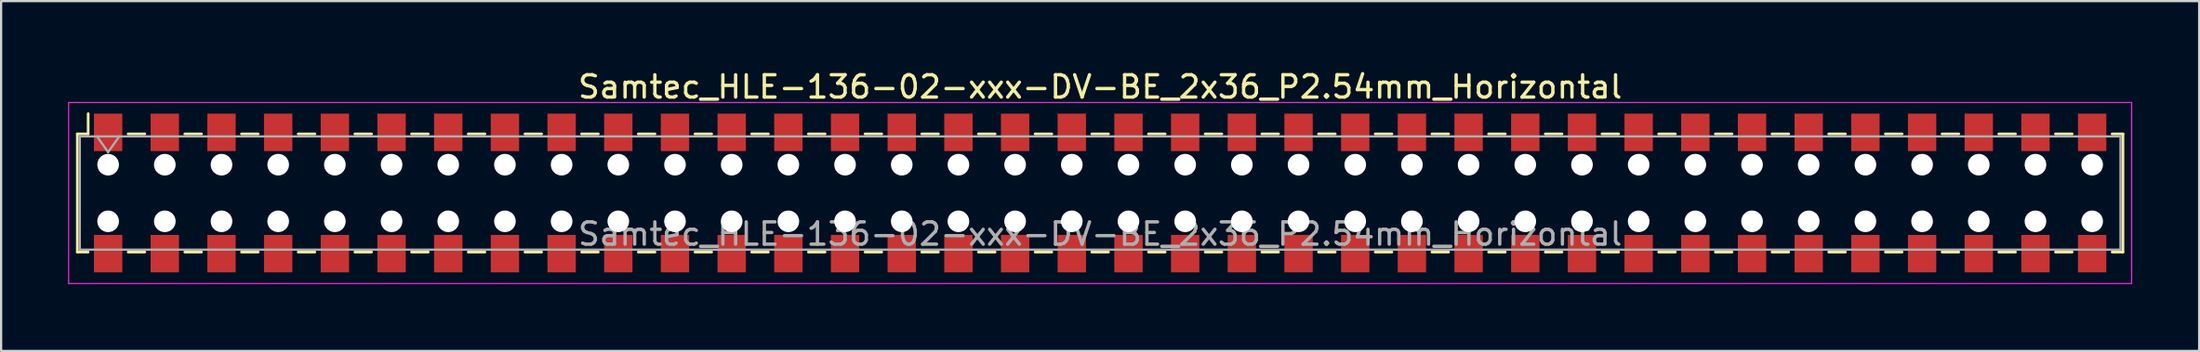
<source format=kicad_pcb>
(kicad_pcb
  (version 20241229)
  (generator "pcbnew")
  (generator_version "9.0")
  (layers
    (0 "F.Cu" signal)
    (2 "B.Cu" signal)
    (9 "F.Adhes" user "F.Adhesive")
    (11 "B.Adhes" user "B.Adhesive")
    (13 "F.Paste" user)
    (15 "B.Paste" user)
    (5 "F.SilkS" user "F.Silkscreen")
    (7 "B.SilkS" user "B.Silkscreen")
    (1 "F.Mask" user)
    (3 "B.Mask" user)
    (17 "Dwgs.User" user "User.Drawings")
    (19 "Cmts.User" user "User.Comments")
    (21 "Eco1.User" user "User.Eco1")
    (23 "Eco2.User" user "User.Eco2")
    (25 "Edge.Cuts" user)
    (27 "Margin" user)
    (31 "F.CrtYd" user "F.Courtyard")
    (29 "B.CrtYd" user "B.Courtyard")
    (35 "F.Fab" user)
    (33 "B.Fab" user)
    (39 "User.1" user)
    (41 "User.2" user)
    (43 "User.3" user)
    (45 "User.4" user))
  (footprint "Samtec_HLE-136-02-xxx-DV-BE_2x36_P2.54mm_Horizontal"
    (layer "F.Cu")
    (at 46.245 5.608)
    (property "Reference" "Samtec_HLE-136-02-xxx-DV-BE_2x36_P2.54mm_Horizontal" (at 0 -4.76 0) (layer "F.SilkS") (effects (font (size 1 1) (thickness 0.15))))
    (attr smd)
    (fp_line (start -45.83 -2.65) (end -45.83 2.65) (stroke (width 0.12) (type solid)) (layer "F.SilkS"))
    (fp_line (start -45.83 2.65) (end -45.345 2.65) (stroke (width 0.12) (type solid)) (layer "F.SilkS"))
    (fp_line (start -45.345 -3.56) (end -45.345 -2.65) (stroke (width 0.12) (type solid)) (layer "F.SilkS"))
    (fp_line (start -45.345 -2.65) (end -45.83 -2.65) (stroke (width 0.12) (type solid)) (layer "F.SilkS"))
    (fp_line (start -43.555 -2.65) (end -42.805 -2.65) (stroke (width 0.12) (type solid)) (layer "F.SilkS"))
    (fp_line (start -43.555 2.65) (end -42.805 2.65) (stroke (width 0.12) (type solid)) (layer "F.SilkS"))
    (fp_line (start -41.015 -2.65) (end -40.265 -2.65) (stroke (width 0.12) (type solid)) (layer "F.SilkS"))
    (fp_line (start -41.015 2.65) (end -40.265 2.65) (stroke (width 0.12) (type solid)) (layer "F.SilkS"))
    (fp_line (start -38.475 -2.65) (end -37.725 -2.65) (stroke (width 0.12) (type solid)) (layer "F.SilkS"))
    (fp_line (start -38.475 2.65) (end -37.725 2.65) (stroke (width 0.12) (type solid)) (layer "F.SilkS"))
    (fp_line (start -35.935 -2.65) (end -35.185 -2.65) (stroke (width 0.12) (type solid)) (layer "F.SilkS"))
    (fp_line (start -35.935 2.65) (end -35.185 2.65) (stroke (width 0.12) (type solid)) (layer "F.SilkS"))
    (fp_line (start -33.395 -2.65) (end -32.645 -2.65) (stroke (width 0.12) (type solid)) (layer "F.SilkS"))
    (fp_line (start -33.395 2.65) (end -32.645 2.65) (stroke (width 0.12) (type solid)) (layer "F.SilkS"))
    (fp_line (start -30.855 -2.65) (end -30.105 -2.65) (stroke (width 0.12) (type solid)) (layer "F.SilkS"))
    (fp_line (start -30.855 2.65) (end -30.105 2.65) (stroke (width 0.12) (type solid)) (layer "F.SilkS"))
    (fp_line (start -28.315 -2.65) (end -27.565 -2.65) (stroke (width 0.12) (type solid)) (layer "F.SilkS"))
    (fp_line (start -28.315 2.65) (end -27.565 2.65) (stroke (width 0.12) (type solid)) (layer "F.SilkS"))
    (fp_line (start -25.775 -2.65) (end -25.025 -2.65) (stroke (width 0.12) (type solid)) (layer "F.SilkS"))
    (fp_line (start -25.775 2.65) (end -25.025 2.65) (stroke (width 0.12) (type solid)) (layer "F.SilkS"))
    (fp_line (start -23.235 -2.65) (end -22.485 -2.65) (stroke (width 0.12) (type solid)) (layer "F.SilkS"))
    (fp_line (start -23.235 2.65) (end -22.485 2.65) (stroke (width 0.12) (type solid)) (layer "F.SilkS"))
    (fp_line (start -20.695 -2.65) (end -19.945 -2.65) (stroke (width 0.12) (type solid)) (layer "F.SilkS"))
    (fp_line (start -20.695 2.65) (end -19.945 2.65) (stroke (width 0.12) (type solid)) (layer "F.SilkS"))
    (fp_line (start -18.155 -2.65) (end -17.405 -2.65) (stroke (width 0.12) (type solid)) (layer "F.SilkS"))
    (fp_line (start -18.155 2.65) (end -17.405 2.65) (stroke (width 0.12) (type solid)) (layer "F.SilkS"))
    (fp_line (start -15.615 -2.65) (end -14.865 -2.65) (stroke (width 0.12) (type solid)) (layer "F.SilkS"))
    (fp_line (start -15.615 2.65) (end -14.865 2.65) (stroke (width 0.12) (type solid)) (layer "F.SilkS"))
    (fp_line (start -13.075 -2.65) (end -12.325 -2.65) (stroke (width 0.12) (type solid)) (layer "F.SilkS"))
    (fp_line (start -13.075 2.65) (end -12.325 2.65) (stroke (width 0.12) (type solid)) (layer "F.SilkS"))
    (fp_line (start -10.535 -2.65) (end -9.785 -2.65) (stroke (width 0.12) (type solid)) (layer "F.SilkS"))
    (fp_line (start -10.535 2.65) (end -9.785 2.65) (stroke (width 0.12) (type solid)) (layer "F.SilkS"))
    (fp_line (start -7.995 -2.65) (end -7.245 -2.65) (stroke (width 0.12) (type solid)) (layer "F.SilkS"))
    (fp_line (start -7.995 2.65) (end -7.245 2.65) (stroke (width 0.12) (type solid)) (layer "F.SilkS"))
    (fp_line (start -5.455 -2.65) (end -4.705 -2.65) (stroke (width 0.12) (type solid)) (layer "F.SilkS"))
    (fp_line (start -5.455 2.65) (end -4.705 2.65) (stroke (width 0.12) (type solid)) (layer "F.SilkS"))
    (fp_line (start -2.915 -2.65) (end -2.165 -2.65) (stroke (width 0.12) (type solid)) (layer "F.SilkS"))
    (fp_line (start -2.915 2.65) (end -2.165 2.65) (stroke (width 0.12) (type solid)) (layer "F.SilkS"))
    (fp_line (start -0.375 -2.65) (end 0.375 -2.65) (stroke (width 0.12) (type solid)) (layer "F.SilkS"))
    (fp_line (start -0.375 2.65) (end 0.375 2.65) (stroke (width 0.12) (type solid)) (layer "F.SilkS"))
    (fp_line (start 2.165 -2.65) (end 2.915 -2.65) (stroke (width 0.12) (type solid)) (layer "F.SilkS"))
    (fp_line (start 2.165 2.65) (end 2.915 2.65) (stroke (width 0.12) (type solid)) (layer "F.SilkS"))
    (fp_line (start 4.705 -2.65) (end 5.455 -2.65) (stroke (width 0.12) (type solid)) (layer "F.SilkS"))
    (fp_line (start 4.705 2.65) (end 5.455 2.65) (stroke (width 0.12) (type solid)) (layer "F.SilkS"))
    (fp_line (start 7.245 -2.65) (end 7.995 -2.65) (stroke (width 0.12) (type solid)) (layer "F.SilkS"))
    (fp_line (start 7.245 2.65) (end 7.995 2.65) (stroke (width 0.12) (type solid)) (layer "F.SilkS"))
    (fp_line (start 9.785 -2.65) (end 10.535 -2.65) (stroke (width 0.12) (type solid)) (layer "F.SilkS"))
    (fp_line (start 9.785 2.65) (end 10.535 2.65) (stroke (width 0.12) (type solid)) (layer "F.SilkS"))
    (fp_line (start 12.325 -2.65) (end 13.075 -2.65) (stroke (width 0.12) (type solid)) (layer "F.SilkS"))
    (fp_line (start 12.325 2.65) (end 13.075 2.65) (stroke (width 0.12) (type solid)) (layer "F.SilkS"))
    (fp_line (start 14.865 -2.65) (end 15.615 -2.65) (stroke (width 0.12) (type solid)) (layer "F.SilkS"))
    (fp_line (start 14.865 2.65) (end 15.615 2.65) (stroke (width 0.12) (type solid)) (layer "F.SilkS"))
    (fp_line (start 17.405 -2.65) (end 18.155 -2.65) (stroke (width 0.12) (type solid)) (layer "F.SilkS"))
    (fp_line (start 17.405 2.65) (end 18.155 2.65) (stroke (width 0.12) (type solid)) (layer "F.SilkS"))
    (fp_line (start 19.945 -2.65) (end 20.695 -2.65) (stroke (width 0.12) (type solid)) (layer "F.SilkS"))
    (fp_line (start 19.945 2.65) (end 20.695 2.65) (stroke (width 0.12) (type solid)) (layer "F.SilkS"))
    (fp_line (start 22.485 -2.65) (end 23.235 -2.65) (stroke (width 0.12) (type solid)) (layer "F.SilkS"))
    (fp_line (start 22.485 2.65) (end 23.235 2.65) (stroke (width 0.12) (type solid)) (layer "F.SilkS"))
    (fp_line (start 25.025 -2.65) (end 25.775 -2.65) (stroke (width 0.12) (type solid)) (layer "F.SilkS"))
    (fp_line (start 25.025 2.65) (end 25.775 2.65) (stroke (width 0.12) (type solid)) (layer "F.SilkS"))
    (fp_line (start 27.565 -2.65) (end 28.315 -2.65) (stroke (width 0.12) (type solid)) (layer "F.SilkS"))
    (fp_line (start 27.565 2.65) (end 28.315 2.65) (stroke (width 0.12) (type solid)) (layer "F.SilkS"))
    (fp_line (start 30.105 -2.65) (end 30.855 -2.65) (stroke (width 0.12) (type solid)) (layer "F.SilkS"))
    (fp_line (start 30.105 2.65) (end 30.855 2.65) (stroke (width 0.12) (type solid)) (layer "F.SilkS"))
    (fp_line (start 32.645 -2.65) (end 33.395 -2.65) (stroke (width 0.12) (type solid)) (layer "F.SilkS"))
    (fp_line (start 32.645 2.65) (end 33.395 2.65) (stroke (width 0.12) (type solid)) (layer "F.SilkS"))
    (fp_line (start 35.185 -2.65) (end 35.935 -2.65) (stroke (width 0.12) (type solid)) (layer "F.SilkS"))
    (fp_line (start 35.185 2.65) (end 35.935 2.65) (stroke (width 0.12) (type solid)) (layer "F.SilkS"))
    (fp_line (start 37.725 -2.65) (end 38.475 -2.65) (stroke (width 0.12) (type solid)) (layer "F.SilkS"))
    (fp_line (start 37.725 2.65) (end 38.475 2.65) (stroke (width 0.12) (type solid)) (layer "F.SilkS"))
    (fp_line (start 40.265 -2.65) (end 41.015 -2.65) (stroke (width 0.12) (type solid)) (layer "F.SilkS"))
    (fp_line (start 40.265 2.65) (end 41.015 2.65) (stroke (width 0.12) (type solid)) (layer "F.SilkS"))
    (fp_line (start 42.805 -2.65) (end 43.555 -2.65) (stroke (width 0.12) (type solid)) (layer "F.SilkS"))
    (fp_line (start 42.805 2.65) (end 43.555 2.65) (stroke (width 0.12) (type solid)) (layer "F.SilkS"))
    (fp_line (start 45.345 -2.65) (end 45.83 -2.65) (stroke (width 0.12) (type solid)) (layer "F.SilkS"))
    (fp_line (start 45.83 -2.65) (end 45.83 2.65) (stroke (width 0.12) (type solid)) (layer "F.SilkS"))
    (fp_line (start 45.83 2.65) (end 45.345 2.65) (stroke (width 0.12) (type solid)) (layer "F.SilkS"))
    (fp_line (start -46.22 -4.06) (end 46.22 -4.06) (stroke (width 0.05) (type solid)) (layer "F.CrtYd"))
    (fp_line (start -46.22 4.06) (end -46.22 -4.06) (stroke (width 0.05) (type solid)) (layer "F.CrtYd"))
    (fp_line (start 46.22 -4.06) (end 46.22 4.06) (stroke (width 0.05) (type solid)) (layer "F.CrtYd"))
    (fp_line (start 46.22 4.06) (end -46.22 4.06) (stroke (width 0.05) (type solid)) (layer "F.CrtYd"))
    (fp_line (start -45.72 -2.54) (end 45.72 -2.54) (stroke (width 0.1) (type solid)) (layer "F.Fab"))
    (fp_line (start -45.72 2.54) (end -45.72 -2.54) (stroke (width 0.1) (type solid)) (layer "F.Fab"))
    (fp_line (start -44.95 -2.54) (end -44.45 -1.833) (stroke (width 0.1) (type solid)) (layer "F.Fab"))
    (fp_line (start -44.45 -1.833) (end -43.95 -2.54) (stroke (width 0.1) (type solid)) (layer "F.Fab"))
    (fp_line (start 45.72 -2.54) (end 45.72 2.54) (stroke (width 0.1) (type solid)) (layer "F.Fab"))
    (fp_line (start 45.72 2.54) (end -45.72 2.54) (stroke (width 0.1) (type solid)) (layer "F.Fab"))
    (fp_text user "${REFERENCE}" (at 0 1.84 0) (layer "F.Fab") (effects (font (size 1 1) (thickness 0.15))))
    (pad "" np_thru_hole circle (at -44.45 -1.27) (size 0.97 0.97) (drill 0.97) (layers "*.Cu" "*.Mask"))
    (pad "" np_thru_hole circle (at -44.45 1.27) (size 0.97 0.97) (drill 0.97) (layers "*.Cu" "*.Mask"))
    (pad "" np_thru_hole circle (at -41.91 -1.27) (size 0.97 0.97) (drill 0.97) (layers "*.Cu" "*.Mask"))
    (pad "" np_thru_hole circle (at -41.91 1.27) (size 0.97 0.97) (drill 0.97) (layers "*.Cu" "*.Mask"))
    (pad "" np_thru_hole circle (at -39.37 -1.27) (size 0.97 0.97) (drill 0.97) (layers "*.Cu" "*.Mask"))
    (pad "" np_thru_hole circle (at -39.37 1.27) (size 0.97 0.97) (drill 0.97) (layers "*.Cu" "*.Mask"))
    (pad "" np_thru_hole circle (at -36.83 -1.27) (size 0.97 0.97) (drill 0.97) (layers "*.Cu" "*.Mask"))
    (pad "" np_thru_hole circle (at -36.83 1.27) (size 0.97 0.97) (drill 0.97) (layers "*.Cu" "*.Mask"))
    (pad "" np_thru_hole circle (at -34.29 -1.27) (size 0.97 0.97) (drill 0.97) (layers "*.Cu" "*.Mask"))
    (pad "" np_thru_hole circle (at -34.29 1.27) (size 0.97 0.97) (drill 0.97) (layers "*.Cu" "*.Mask"))
    (pad "" np_thru_hole circle (at -31.75 -1.27) (size 0.97 0.97) (drill 0.97) (layers "*.Cu" "*.Mask"))
    (pad "" np_thru_hole circle (at -31.75 1.27) (size 0.97 0.97) (drill 0.97) (layers "*.Cu" "*.Mask"))
    (pad "" np_thru_hole circle (at -29.21 -1.27) (size 0.97 0.97) (drill 0.97) (layers "*.Cu" "*.Mask"))
    (pad "" np_thru_hole circle (at -29.21 1.27) (size 0.97 0.97) (drill 0.97) (layers "*.Cu" "*.Mask"))
    (pad "" np_thru_hole circle (at -26.67 -1.27) (size 0.97 0.97) (drill 0.97) (layers "*.Cu" "*.Mask"))
    (pad "" np_thru_hole circle (at -26.67 1.27) (size 0.97 0.97) (drill 0.97) (layers "*.Cu" "*.Mask"))
    (pad "" np_thru_hole circle (at -24.13 -1.27) (size 0.97 0.97) (drill 0.97) (layers "*.Cu" "*.Mask"))
    (pad "" np_thru_hole circle (at -24.13 1.27) (size 0.97 0.97) (drill 0.97) (layers "*.Cu" "*.Mask"))
    (pad "" np_thru_hole circle (at -21.59 -1.27) (size 0.97 0.97) (drill 0.97) (layers "*.Cu" "*.Mask"))
    (pad "" np_thru_hole circle (at -21.59 1.27) (size 0.97 0.97) (drill 0.97) (layers "*.Cu" "*.Mask"))
    (pad "" np_thru_hole circle (at -19.05 -1.27) (size 0.97 0.97) (drill 0.97) (layers "*.Cu" "*.Mask"))
    (pad "" np_thru_hole circle (at -19.05 1.27) (size 0.97 0.97) (drill 0.97) (layers "*.Cu" "*.Mask"))
    (pad "" np_thru_hole circle (at -16.51 -1.27) (size 0.97 0.97) (drill 0.97) (layers "*.Cu" "*.Mask"))
    (pad "" np_thru_hole circle (at -16.51 1.27) (size 0.97 0.97) (drill 0.97) (layers "*.Cu" "*.Mask"))
    (pad "" np_thru_hole circle (at -13.97 -1.27) (size 0.97 0.97) (drill 0.97) (layers "*.Cu" "*.Mask"))
    (pad "" np_thru_hole circle (at -13.97 1.27) (size 0.97 0.97) (drill 0.97) (layers "*.Cu" "*.Mask"))
    (pad "" np_thru_hole circle (at -11.43 -1.27) (size 0.97 0.97) (drill 0.97) (layers "*.Cu" "*.Mask"))
    (pad "" np_thru_hole circle (at -11.43 1.27) (size 0.97 0.97) (drill 0.97) (layers "*.Cu" "*.Mask"))
    (pad "" np_thru_hole circle (at -8.89 -1.27) (size 0.97 0.97) (drill 0.97) (layers "*.Cu" "*.Mask"))
    (pad "" np_thru_hole circle (at -8.89 1.27) (size 0.97 0.97) (drill 0.97) (layers "*.Cu" "*.Mask"))
    (pad "" np_thru_hole circle (at -6.35 -1.27) (size 0.97 0.97) (drill 0.97) (layers "*.Cu" "*.Mask"))
    (pad "" np_thru_hole circle (at -6.35 1.27) (size 0.97 0.97) (drill 0.97) (layers "*.Cu" "*.Mask"))
    (pad "" np_thru_hole circle (at -3.81 -1.27) (size 0.97 0.97) (drill 0.97) (layers "*.Cu" "*.Mask"))
    (pad "" np_thru_hole circle (at -3.81 1.27) (size 0.97 0.97) (drill 0.97) (layers "*.Cu" "*.Mask"))
    (pad "" np_thru_hole circle (at -1.27 -1.27) (size 0.97 0.97) (drill 0.97) (layers "*.Cu" "*.Mask"))
    (pad "" np_thru_hole circle (at -1.27 1.27) (size 0.97 0.97) (drill 0.97) (layers "*.Cu" "*.Mask"))
    (pad "" np_thru_hole circle (at 1.27 -1.27) (size 0.97 0.97) (drill 0.97) (layers "*.Cu" "*.Mask"))
    (pad "" np_thru_hole circle (at 1.27 1.27) (size 0.97 0.97) (drill 0.97) (layers "*.Cu" "*.Mask"))
    (pad "" np_thru_hole circle (at 3.81 -1.27) (size 0.97 0.97) (drill 0.97) (layers "*.Cu" "*.Mask"))
    (pad "" np_thru_hole circle (at 3.81 1.27) (size 0.97 0.97) (drill 0.97) (layers "*.Cu" "*.Mask"))
    (pad "" np_thru_hole circle (at 6.35 -1.27) (size 0.97 0.97) (drill 0.97) (layers "*.Cu" "*.Mask"))
    (pad "" np_thru_hole circle (at 6.35 1.27) (size 0.97 0.97) (drill 0.97) (layers "*.Cu" "*.Mask"))
    (pad "" np_thru_hole circle (at 8.89 -1.27) (size 0.97 0.97) (drill 0.97) (layers "*.Cu" "*.Mask"))
    (pad "" np_thru_hole circle (at 8.89 1.27) (size 0.97 0.97) (drill 0.97) (layers "*.Cu" "*.Mask"))
    (pad "" np_thru_hole circle (at 11.43 -1.27) (size 0.97 0.97) (drill 0.97) (layers "*.Cu" "*.Mask"))
    (pad "" np_thru_hole circle (at 11.43 1.27) (size 0.97 0.97) (drill 0.97) (layers "*.Cu" "*.Mask"))
    (pad "" np_thru_hole circle (at 13.97 -1.27) (size 0.97 0.97) (drill 0.97) (layers "*.Cu" "*.Mask"))
    (pad "" np_thru_hole circle (at 13.97 1.27) (size 0.97 0.97) (drill 0.97) (layers "*.Cu" "*.Mask"))
    (pad "" np_thru_hole circle (at 16.51 -1.27) (size 0.97 0.97) (drill 0.97) (layers "*.Cu" "*.Mask"))
    (pad "" np_thru_hole circle (at 16.51 1.27) (size 0.97 0.97) (drill 0.97) (layers "*.Cu" "*.Mask"))
    (pad "" np_thru_hole circle (at 19.05 -1.27) (size 0.97 0.97) (drill 0.97) (layers "*.Cu" "*.Mask"))
    (pad "" np_thru_hole circle (at 19.05 1.27) (size 0.97 0.97) (drill 0.97) (layers "*.Cu" "*.Mask"))
    (pad "" np_thru_hole circle (at 21.59 -1.27) (size 0.97 0.97) (drill 0.97) (layers "*.Cu" "*.Mask"))
    (pad "" np_thru_hole circle (at 21.59 1.27) (size 0.97 0.97) (drill 0.97) (layers "*.Cu" "*.Mask"))
    (pad "" np_thru_hole circle (at 24.13 -1.27) (size 0.97 0.97) (drill 0.97) (layers "*.Cu" "*.Mask"))
    (pad "" np_thru_hole circle (at 24.13 1.27) (size 0.97 0.97) (drill 0.97) (layers "*.Cu" "*.Mask"))
    (pad "" np_thru_hole circle (at 26.67 -1.27) (size 0.97 0.97) (drill 0.97) (layers "*.Cu" "*.Mask"))
    (pad "" np_thru_hole circle (at 26.67 1.27) (size 0.97 0.97) (drill 0.97) (layers "*.Cu" "*.Mask"))
    (pad "" np_thru_hole circle (at 29.21 -1.27) (size 0.97 0.97) (drill 0.97) (layers "*.Cu" "*.Mask"))
    (pad "" np_thru_hole circle (at 29.21 1.27) (size 0.97 0.97) (drill 0.97) (layers "*.Cu" "*.Mask"))
    (pad "" np_thru_hole circle (at 31.75 -1.27) (size 0.97 0.97) (drill 0.97) (layers "*.Cu" "*.Mask"))
    (pad "" np_thru_hole circle (at 31.75 1.27) (size 0.97 0.97) (drill 0.97) (layers "*.Cu" "*.Mask"))
    (pad "" np_thru_hole circle (at 34.29 -1.27) (size 0.97 0.97) (drill 0.97) (layers "*.Cu" "*.Mask"))
    (pad "" np_thru_hole circle (at 34.29 1.27) (size 0.97 0.97) (drill 0.97) (layers "*.Cu" "*.Mask"))
    (pad "" np_thru_hole circle (at 36.83 -1.27) (size 0.97 0.97) (drill 0.97) (layers "*.Cu" "*.Mask"))
    (pad "" np_thru_hole circle (at 36.83 1.27) (size 0.97 0.97) (drill 0.97) (layers "*.Cu" "*.Mask"))
    (pad "" np_thru_hole circle (at 39.37 -1.27) (size 0.97 0.97) (drill 0.97) (layers "*.Cu" "*.Mask"))
    (pad "" np_thru_hole circle (at 39.37 1.27) (size 0.97 0.97) (drill 0.97) (layers "*.Cu" "*.Mask"))
    (pad "" np_thru_hole circle (at 41.91 -1.27) (size 0.97 0.97) (drill 0.97) (layers "*.Cu" "*.Mask"))
    (pad "" np_thru_hole circle (at 41.91 1.27) (size 0.97 0.97) (drill 0.97) (layers "*.Cu" "*.Mask"))
    (pad "" np_thru_hole circle (at 44.45 -1.27) (size 0.97 0.97) (drill 0.97) (layers "*.Cu" "*.Mask"))
    (pad "" np_thru_hole circle (at 44.45 1.27) (size 0.97 0.97) (drill 0.97) (layers "*.Cu" "*.Mask"))
    (pad "1" smd rect (at -44.45 -2.72) (size 1.27 1.68) (layers "F.Cu" "F.Mask" "F.Paste"))
    (pad "2" smd rect (at -44.45 2.72) (size 1.27 1.68) (layers "F.Cu" "F.Mask" "F.Paste"))
    (pad "3" smd rect (at -41.91 -2.72) (size 1.27 1.68) (layers "F.Cu" "F.Mask" "F.Paste"))
    (pad "4" smd rect (at -41.91 2.72) (size 1.27 1.68) (layers "F.Cu" "F.Mask" "F.Paste"))
    (pad "5" smd rect (at -39.37 -2.72) (size 1.27 1.68) (layers "F.Cu" "F.Mask" "F.Paste"))
    (pad "6" smd rect (at -39.37 2.72) (size 1.27 1.68) (layers "F.Cu" "F.Mask" "F.Paste"))
    (pad "7" smd rect (at -36.83 -2.72) (size 1.27 1.68) (layers "F.Cu" "F.Mask" "F.Paste"))
    (pad "8" smd rect (at -36.83 2.72) (size 1.27 1.68) (layers "F.Cu" "F.Mask" "F.Paste"))
    (pad "9" smd rect (at -34.29 -2.72) (size 1.27 1.68) (layers "F.Cu" "F.Mask" "F.Paste"))
    (pad "10" smd rect (at -34.29 2.72) (size 1.27 1.68) (layers "F.Cu" "F.Mask" "F.Paste"))
    (pad "11" smd rect (at -31.75 -2.72) (size 1.27 1.68) (layers "F.Cu" "F.Mask" "F.Paste"))
    (pad "12" smd rect (at -31.75 2.72) (size 1.27 1.68) (layers "F.Cu" "F.Mask" "F.Paste"))
    (pad "13" smd rect (at -29.21 -2.72) (size 1.27 1.68) (layers "F.Cu" "F.Mask" "F.Paste"))
    (pad "14" smd rect (at -29.21 2.72) (size 1.27 1.68) (layers "F.Cu" "F.Mask" "F.Paste"))
    (pad "15" smd rect (at -26.67 -2.72) (size 1.27 1.68) (layers "F.Cu" "F.Mask" "F.Paste"))
    (pad "16" smd rect (at -26.67 2.72) (size 1.27 1.68) (layers "F.Cu" "F.Mask" "F.Paste"))
    (pad "17" smd rect (at -24.13 -2.72) (size 1.27 1.68) (layers "F.Cu" "F.Mask" "F.Paste"))
    (pad "18" smd rect (at -24.13 2.72) (size 1.27 1.68) (layers "F.Cu" "F.Mask" "F.Paste"))
    (pad "19" smd rect (at -21.59 -2.72) (size 1.27 1.68) (layers "F.Cu" "F.Mask" "F.Paste"))
    (pad "20" smd rect (at -21.59 2.72) (size 1.27 1.68) (layers "F.Cu" "F.Mask" "F.Paste"))
    (pad "21" smd rect (at -19.05 -2.72) (size 1.27 1.68) (layers "F.Cu" "F.Mask" "F.Paste"))
    (pad "22" smd rect (at -19.05 2.72) (size 1.27 1.68) (layers "F.Cu" "F.Mask" "F.Paste"))
    (pad "23" smd rect (at -16.51 -2.72) (size 1.27 1.68) (layers "F.Cu" "F.Mask" "F.Paste"))
    (pad "24" smd rect (at -16.51 2.72) (size 1.27 1.68) (layers "F.Cu" "F.Mask" "F.Paste"))
    (pad "25" smd rect (at -13.97 -2.72) (size 1.27 1.68) (layers "F.Cu" "F.Mask" "F.Paste"))
    (pad "26" smd rect (at -13.97 2.72) (size 1.27 1.68) (layers "F.Cu" "F.Mask" "F.Paste"))
    (pad "27" smd rect (at -11.43 -2.72) (size 1.27 1.68) (layers "F.Cu" "F.Mask" "F.Paste"))
    (pad "28" smd rect (at -11.43 2.72) (size 1.27 1.68) (layers "F.Cu" "F.Mask" "F.Paste"))
    (pad "29" smd rect (at -8.89 -2.72) (size 1.27 1.68) (layers "F.Cu" "F.Mask" "F.Paste"))
    (pad "30" smd rect (at -8.89 2.72) (size 1.27 1.68) (layers "F.Cu" "F.Mask" "F.Paste"))
    (pad "31" smd rect (at -6.35 -2.72) (size 1.27 1.68) (layers "F.Cu" "F.Mask" "F.Paste"))
    (pad "32" smd rect (at -6.35 2.72) (size 1.27 1.68) (layers "F.Cu" "F.Mask" "F.Paste"))
    (pad "33" smd rect (at -3.81 -2.72) (size 1.27 1.68) (layers "F.Cu" "F.Mask" "F.Paste"))
    (pad "34" smd rect (at -3.81 2.72) (size 1.27 1.68) (layers "F.Cu" "F.Mask" "F.Paste"))
    (pad "35" smd rect (at -1.27 -2.72) (size 1.27 1.68) (layers "F.Cu" "F.Mask" "F.Paste"))
    (pad "36" smd rect (at -1.27 2.72) (size 1.27 1.68) (layers "F.Cu" "F.Mask" "F.Paste"))
    (pad "37" smd rect (at 1.27 -2.72) (size 1.27 1.68) (layers "F.Cu" "F.Mask" "F.Paste"))
    (pad "38" smd rect (at 1.27 2.72) (size 1.27 1.68) (layers "F.Cu" "F.Mask" "F.Paste"))
    (pad "39" smd rect (at 3.81 -2.72) (size 1.27 1.68) (layers "F.Cu" "F.Mask" "F.Paste"))
    (pad "40" smd rect (at 3.81 2.72) (size 1.27 1.68) (layers "F.Cu" "F.Mask" "F.Paste"))
    (pad "41" smd rect (at 6.35 -2.72) (size 1.27 1.68) (layers "F.Cu" "F.Mask" "F.Paste"))
    (pad "42" smd rect (at 6.35 2.72) (size 1.27 1.68) (layers "F.Cu" "F.Mask" "F.Paste"))
    (pad "43" smd rect (at 8.89 -2.72) (size 1.27 1.68) (layers "F.Cu" "F.Mask" "F.Paste"))
    (pad "44" smd rect (at 8.89 2.72) (size 1.27 1.68) (layers "F.Cu" "F.Mask" "F.Paste"))
    (pad "45" smd rect (at 11.43 -2.72) (size 1.27 1.68) (layers "F.Cu" "F.Mask" "F.Paste"))
    (pad "46" smd rect (at 11.43 2.72) (size 1.27 1.68) (layers "F.Cu" "F.Mask" "F.Paste"))
    (pad "47" smd rect (at 13.97 -2.72) (size 1.27 1.68) (layers "F.Cu" "F.Mask" "F.Paste"))
    (pad "48" smd rect (at 13.97 2.72) (size 1.27 1.68) (layers "F.Cu" "F.Mask" "F.Paste"))
    (pad "49" smd rect (at 16.51 -2.72) (size 1.27 1.68) (layers "F.Cu" "F.Mask" "F.Paste"))
    (pad "50" smd rect (at 16.51 2.72) (size 1.27 1.68) (layers "F.Cu" "F.Mask" "F.Paste"))
    (pad "51" smd rect (at 19.05 -2.72) (size 1.27 1.68) (layers "F.Cu" "F.Mask" "F.Paste"))
    (pad "52" smd rect (at 19.05 2.72) (size 1.27 1.68) (layers "F.Cu" "F.Mask" "F.Paste"))
    (pad "53" smd rect (at 21.59 -2.72) (size 1.27 1.68) (layers "F.Cu" "F.Mask" "F.Paste"))
    (pad "54" smd rect (at 21.59 2.72) (size 1.27 1.68) (layers "F.Cu" "F.Mask" "F.Paste"))
    (pad "55" smd rect (at 24.13 -2.72) (size 1.27 1.68) (layers "F.Cu" "F.Mask" "F.Paste"))
    (pad "56" smd rect (at 24.13 2.72) (size 1.27 1.68) (layers "F.Cu" "F.Mask" "F.Paste"))
    (pad "57" smd rect (at 26.67 -2.72) (size 1.27 1.68) (layers "F.Cu" "F.Mask" "F.Paste"))
    (pad "58" smd rect (at 26.67 2.72) (size 1.27 1.68) (layers "F.Cu" "F.Mask" "F.Paste"))
    (pad "59" smd rect (at 29.21 -2.72) (size 1.27 1.68) (layers "F.Cu" "F.Mask" "F.Paste"))
    (pad "60" smd rect (at 29.21 2.72) (size 1.27 1.68) (layers "F.Cu" "F.Mask" "F.Paste"))
    (pad "61" smd rect (at 31.75 -2.72) (size 1.27 1.68) (layers "F.Cu" "F.Mask" "F.Paste"))
    (pad "62" smd rect (at 31.75 2.72) (size 1.27 1.68) (layers "F.Cu" "F.Mask" "F.Paste"))
    (pad "63" smd rect (at 34.29 -2.72) (size 1.27 1.68) (layers "F.Cu" "F.Mask" "F.Paste"))
    (pad "64" smd rect (at 34.29 2.72) (size 1.27 1.68) (layers "F.Cu" "F.Mask" "F.Paste"))
    (pad "65" smd rect (at 36.83 -2.72) (size 1.27 1.68) (layers "F.Cu" "F.Mask" "F.Paste"))
    (pad "66" smd rect (at 36.83 2.72) (size 1.27 1.68) (layers "F.Cu" "F.Mask" "F.Paste"))
    (pad "67" smd rect (at 39.37 -2.72) (size 1.27 1.68) (layers "F.Cu" "F.Mask" "F.Paste"))
    (pad "68" smd rect (at 39.37 2.72) (size 1.27 1.68) (layers "F.Cu" "F.Mask" "F.Paste"))
    (pad "69" smd rect (at 41.91 -2.72) (size 1.27 1.68) (layers "F.Cu" "F.Mask" "F.Paste"))
    (pad "70" smd rect (at 41.91 2.72) (size 1.27 1.68) (layers "F.Cu" "F.Mask" "F.Paste"))
    (pad "71" smd rect (at 44.45 -2.72) (size 1.27 1.68) (layers "F.Cu" "F.Mask" "F.Paste"))
    (pad "72" smd rect (at 44.45 2.72) (size 1.27 1.68) (layers "F.Cu" "F.Mask" "F.Paste")))
  (gr_rect
    (start -3 -3)
    (end 95.49 12.693)
    (stroke (width 0.1) (type default))
    (fill no)
    (layer "Edge.Cuts")))
</source>
